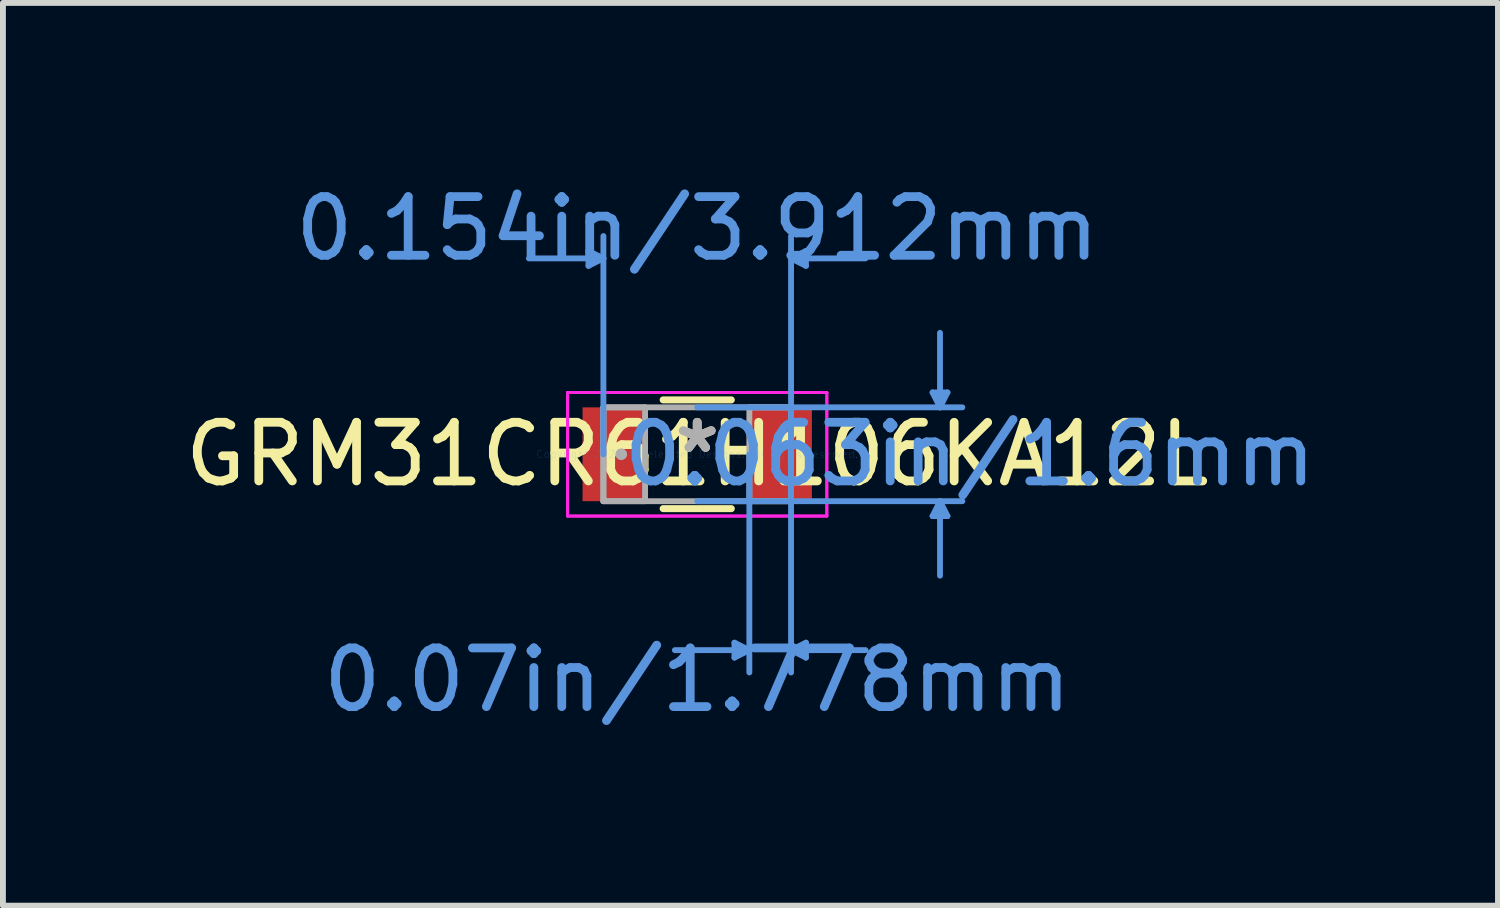
<source format=kicad_pcb>
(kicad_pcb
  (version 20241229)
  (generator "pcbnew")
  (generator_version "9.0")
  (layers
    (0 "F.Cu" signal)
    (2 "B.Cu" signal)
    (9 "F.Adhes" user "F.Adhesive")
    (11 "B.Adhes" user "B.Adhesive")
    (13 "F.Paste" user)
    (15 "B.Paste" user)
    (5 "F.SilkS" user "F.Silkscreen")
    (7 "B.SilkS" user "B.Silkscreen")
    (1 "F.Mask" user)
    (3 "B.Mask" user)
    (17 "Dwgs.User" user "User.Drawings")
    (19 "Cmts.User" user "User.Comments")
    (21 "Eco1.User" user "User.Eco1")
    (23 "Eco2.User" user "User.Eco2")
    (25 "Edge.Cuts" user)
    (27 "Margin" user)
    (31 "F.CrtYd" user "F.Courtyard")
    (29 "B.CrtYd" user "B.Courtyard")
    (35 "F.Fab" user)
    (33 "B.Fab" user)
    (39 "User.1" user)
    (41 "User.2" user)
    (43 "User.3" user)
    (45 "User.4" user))
  (footprint "GRM31CR61H106KA12L"
    (layer "F.Cu")
    (at 8.839 4.696)
    (property "Reference" "GRM31CR61H106KA12L" (at 0 0 0) (layer "F.SilkS") (effects (font (size 1 1) (thickness 0.15))))
    (attr through_hole)
    (fp_line (start -0.581 0.927) (end 0.581 0.927) (stroke (width 0.12) (type solid)) (layer "F.SilkS"))
    (fp_line (start 0.581 -0.927) (end -0.581 -0.927) (stroke (width 0.12) (type solid)) (layer "F.SilkS"))
    (fp_line (start -1.854 -3.467) (end -1.854 -3.213) (stroke (width 0.1) (type solid)) (layer "Cmts.User"))
    (fp_line (start -1.6 -3.34) (end -2.87 -3.34) (stroke (width 0.1) (type solid)) (layer "Cmts.User"))
    (fp_line (start -1.6 -3.34) (end -1.854 -3.467) (stroke (width 0.1) (type solid)) (layer "Cmts.User"))
    (fp_line (start -1.6 -3.34) (end -1.854 -3.213) (stroke (width 0.1) (type solid)) (layer "Cmts.User"))
    (fp_line (start -1.6 0) (end -1.6 -3.721) (stroke (width 0.1) (type solid)) (layer "Cmts.User"))
    (fp_line (start 0 -0.8) (end 4.521 -0.8) (stroke (width 0.1) (type solid)) (layer "Cmts.User"))
    (fp_line (start 0 0.8) (end 4.521 0.8) (stroke (width 0.1) (type solid)) (layer "Cmts.User"))
    (fp_line (start 0.635 3.213) (end 0.635 3.467) (stroke (width 0.1) (type solid)) (layer "Cmts.User"))
    (fp_line (start 0.889 0) (end 0.889 3.721) (stroke (width 0.1) (type solid)) (layer "Cmts.User"))
    (fp_line (start 0.889 3.34) (end -0.381 3.34) (stroke (width 0.1) (type solid)) (layer "Cmts.User"))
    (fp_line (start 0.889 3.34) (end 0.635 3.213) (stroke (width 0.1) (type solid)) (layer "Cmts.User"))
    (fp_line (start 0.889 3.34) (end 0.635 3.467) (stroke (width 0.1) (type solid)) (layer "Cmts.User"))
    (fp_line (start 1.6 -3.34) (end 1.854 -3.467) (stroke (width 0.1) (type solid)) (layer "Cmts.User"))
    (fp_line (start 1.6 -3.34) (end 1.854 -3.213) (stroke (width 0.1) (type solid)) (layer "Cmts.User"))
    (fp_line (start 1.6 -3.34) (end 2.87 -3.34) (stroke (width 0.1) (type solid)) (layer "Cmts.User"))
    (fp_line (start 1.6 0) (end 1.6 -3.721) (stroke (width 0.1) (type solid)) (layer "Cmts.User"))
    (fp_line (start 1.6 0) (end 1.6 3.721) (stroke (width 0.1) (type solid)) (layer "Cmts.User"))
    (fp_line (start 1.6 3.34) (end 1.854 3.213) (stroke (width 0.1) (type solid)) (layer "Cmts.User"))
    (fp_line (start 1.6 3.34) (end 1.854 3.467) (stroke (width 0.1) (type solid)) (layer "Cmts.User"))
    (fp_line (start 1.6 3.34) (end 2.87 3.34) (stroke (width 0.1) (type solid)) (layer "Cmts.User"))
    (fp_line (start 1.854 -3.467) (end 1.854 -3.213) (stroke (width 0.1) (type solid)) (layer "Cmts.User"))
    (fp_line (start 1.854 3.213) (end 1.854 3.467) (stroke (width 0.1) (type solid)) (layer "Cmts.User"))
    (fp_line (start 4.013 -1.054) (end 4.267 -1.054) (stroke (width 0.1) (type solid)) (layer "Cmts.User"))
    (fp_line (start 4.013 1.054) (end 4.267 1.054) (stroke (width 0.1) (type solid)) (layer "Cmts.User"))
    (fp_line (start 4.14 -0.8) (end 4.013 -1.054) (stroke (width 0.1) (type solid)) (layer "Cmts.User"))
    (fp_line (start 4.14 -0.8) (end 4.14 -2.07) (stroke (width 0.1) (type solid)) (layer "Cmts.User"))
    (fp_line (start 4.14 -0.8) (end 4.267 -1.054) (stroke (width 0.1) (type solid)) (layer "Cmts.User"))
    (fp_line (start 4.14 0.8) (end 4.013 1.054) (stroke (width 0.1) (type solid)) (layer "Cmts.User"))
    (fp_line (start 4.14 0.8) (end 4.14 2.07) (stroke (width 0.1) (type solid)) (layer "Cmts.User"))
    (fp_line (start 4.14 0.8) (end 4.267 1.054) (stroke (width 0.1) (type solid)) (layer "Cmts.User"))
    (fp_line (start -2.21 -1.054) (end 2.21 -1.054) (stroke (width 0.05) (type solid)) (layer "F.CrtYd"))
    (fp_line (start -2.21 -1.054) (end 2.21 -1.054) (stroke (width 0.05) (type solid)) (layer "F.CrtYd"))
    (fp_line (start -2.21 1.054) (end -2.21 -1.054) (stroke (width 0.05) (type solid)) (layer "F.CrtYd"))
    (fp_line (start -2.21 1.054) (end -2.21 -1.054) (stroke (width 0.05) (type solid)) (layer "F.CrtYd"))
    (fp_line (start 2.21 -1.054) (end 2.21 1.054) (stroke (width 0.05) (type solid)) (layer "F.CrtYd"))
    (fp_line (start 2.21 -1.054) (end 2.21 1.054) (stroke (width 0.05) (type solid)) (layer "F.CrtYd"))
    (fp_line (start 2.21 1.054) (end -2.21 1.054) (stroke (width 0.05) (type solid)) (layer "F.CrtYd"))
    (fp_line (start 2.21 1.054) (end -2.21 1.054) (stroke (width 0.05) (type solid)) (layer "F.CrtYd"))
    (fp_line (start -1.6 -0.8) (end -1.6 0.8) (stroke (width 0.1) (type solid)) (layer "F.Fab"))
    (fp_line (start -1.6 -0.8) (end -1.6 0.8) (stroke (width 0.1) (type solid)) (layer "F.Fab"))
    (fp_line (start -1.6 0.8) (end -0.889 0.8) (stroke (width 0.1) (type solid)) (layer "F.Fab"))
    (fp_line (start -1.6 0.8) (end 1.6 0.8) (stroke (width 0.1) (type solid)) (layer "F.Fab"))
    (fp_line (start -0.889 -0.8) (end -1.6 -0.8) (stroke (width 0.1) (type solid)) (layer "F.Fab"))
    (fp_line (start -0.889 0.8) (end -0.889 -0.8) (stroke (width 0.1) (type solid)) (layer "F.Fab"))
    (fp_line (start 0.889 -0.8) (end 0.889 0.8) (stroke (width 0.1) (type solid)) (layer "F.Fab"))
    (fp_line (start 0.889 0.8) (end 1.6 0.8) (stroke (width 0.1) (type solid)) (layer "F.Fab"))
    (fp_line (start 1.6 -0.8) (end -1.6 -0.8) (stroke (width 0.1) (type solid)) (layer "F.Fab"))
    (fp_line (start 1.6 -0.8) (end 0.889 -0.8) (stroke (width 0.1) (type solid)) (layer "F.Fab"))
    (fp_line (start 1.6 0.8) (end 1.6 -0.8) (stroke (width 0.1) (type solid)) (layer "F.Fab"))
    (fp_line (start 1.6 0.8) (end 1.6 -0.8) (stroke (width 0.1) (type solid)) (layer "F.Fab"))
    (fp_circle (center -1.295 0) (end -1.295 0) (stroke (width 0.1) (type solid)) (fill no) (layer "F.Fab"))
    (fp_text user "*" (at 0 0 0) (layer "F.SilkS") (effects (font (size 1 1) (thickness 0.15))))
    (fp_text user "Copyright 2021 Accelerated Designs. All rights reserved." (at 0 0 0) (layer "Cmts.User") (effects (font (size 0.127 0.127) (thickness 0.002))))
    (fp_text user "0.07in/1.778mm" (at 0 3.848 0) (layer "Cmts.User") (effects (font (size 1 1) (thickness 0.15))))
    (fp_text user "0.063in/1.6mm" (at 4.648 0 0) (layer "Cmts.User") (effects (font (size 1 1) (thickness 0.15))))
    (fp_text user "0.154in/3.912mm" (at 0 -3.848 0) (layer "Cmts.User") (effects (font (size 1 1) (thickness 0.15))))
    (fp_text user "*" (at 0 0 0) (layer "F.Fab") (effects (font (size 1 1) (thickness 0.15))))
    (pad "1" smd rect (at -1.422 0) (size 1.067 1.6) (layers "F.Cu" "F.Mask" "F.Paste"))
    (pad "2" smd rect (at 1.422 0) (size 1.067 1.6) (layers "F.Cu" "F.Mask" "F.Paste")))
  (gr_rect
    (start -3 -3)
    (end 22.493 12.393)
    (stroke (width 0.1) (type default))
    (fill no)
    (layer "Edge.Cuts")))
</source>
